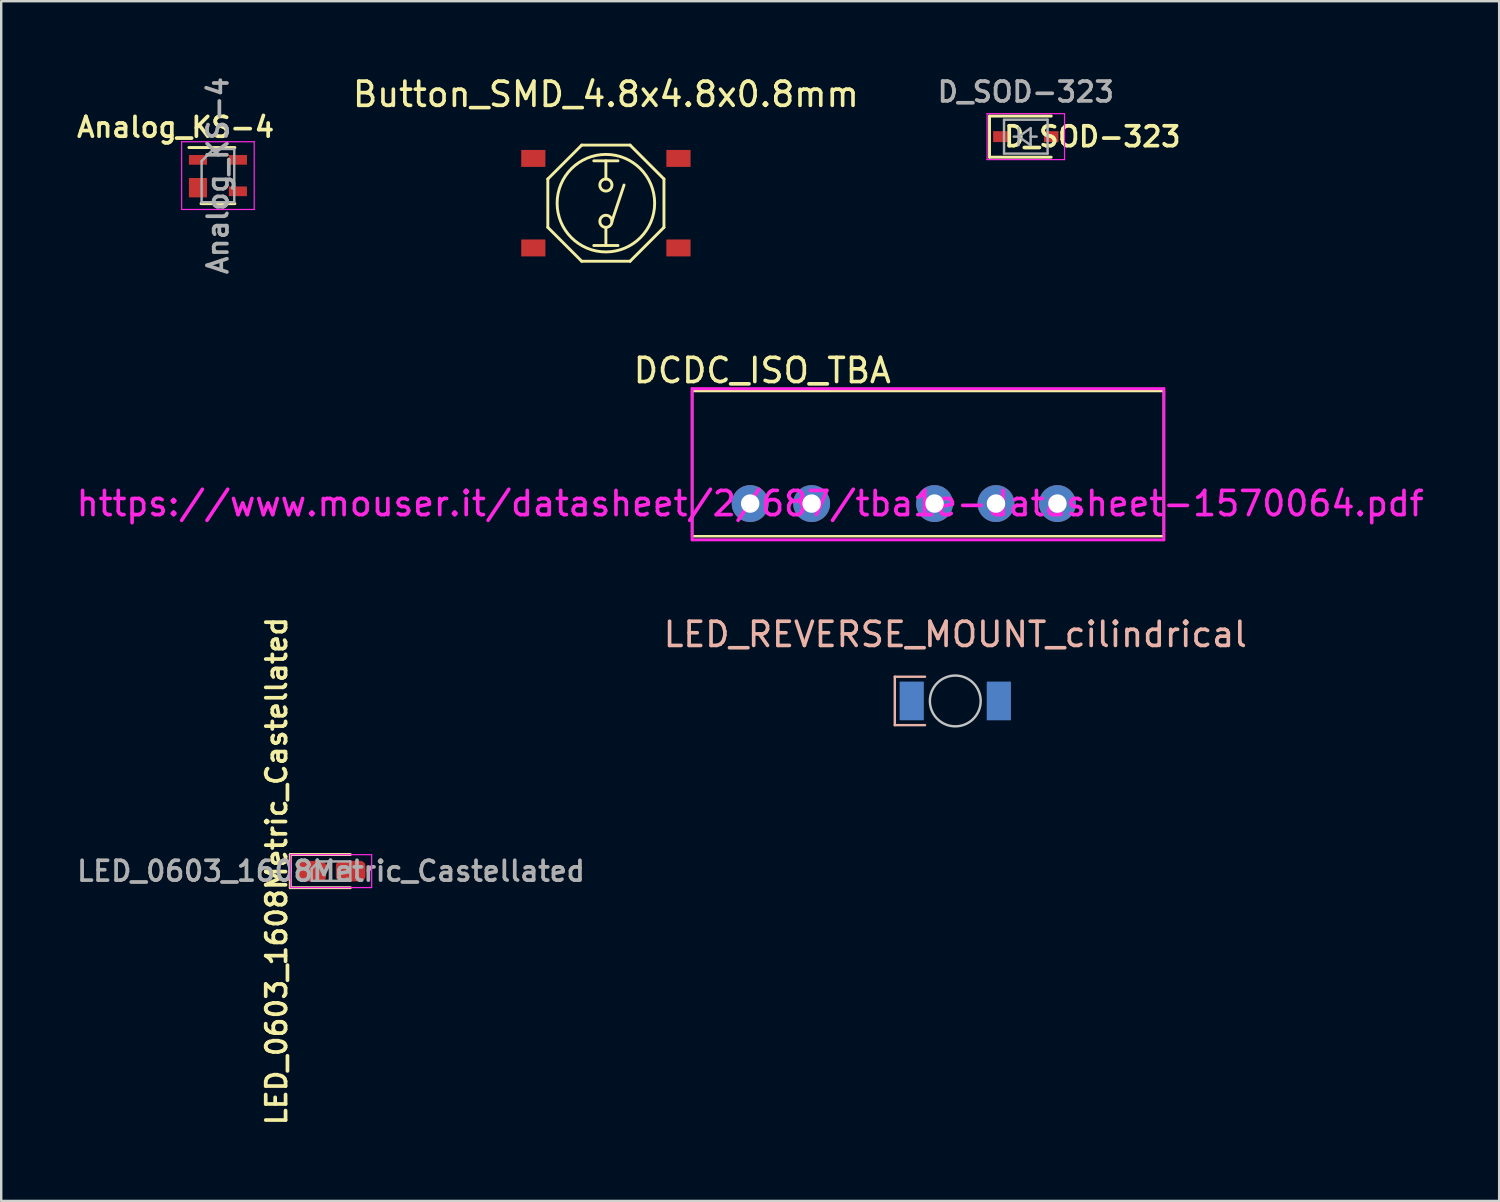
<source format=kicad_pcb>
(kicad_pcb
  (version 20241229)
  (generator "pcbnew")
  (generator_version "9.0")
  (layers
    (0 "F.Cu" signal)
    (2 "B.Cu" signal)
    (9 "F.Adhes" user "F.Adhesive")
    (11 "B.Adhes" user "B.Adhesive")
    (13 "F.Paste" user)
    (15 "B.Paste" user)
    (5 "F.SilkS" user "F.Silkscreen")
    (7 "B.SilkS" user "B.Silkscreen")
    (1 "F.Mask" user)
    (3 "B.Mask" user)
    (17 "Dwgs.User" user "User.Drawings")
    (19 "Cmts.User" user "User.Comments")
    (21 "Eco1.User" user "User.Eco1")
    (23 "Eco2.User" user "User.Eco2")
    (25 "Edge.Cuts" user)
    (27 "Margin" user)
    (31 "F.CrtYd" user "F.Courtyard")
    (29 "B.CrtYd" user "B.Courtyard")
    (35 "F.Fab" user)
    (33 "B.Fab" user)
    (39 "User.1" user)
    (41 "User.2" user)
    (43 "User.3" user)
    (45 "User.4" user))
  (footprint "LED_REVERSE_MOUNT_cilindrical"
    (layer "F.Cu")
    (at 36.436 25.923)
    (property "Reference" "LED_REVERSE_MOUNT_cilindrical" (at 0 -2.75 0) (layer "B.SilkS") (effects (font (size 1 1) (thickness 0.15))))
    (attr through_hole)
    (fp_line (start -2.5 -1) (end -2.5 1) (stroke (width 0.1) (type solid)) (layer "B.SilkS"))
    (fp_line (start -2.5 1) (end -1.25 1) (stroke (width 0.1) (type solid)) (layer "B.SilkS"))
    (fp_line (start -1.25 -1) (end -2.5 -1) (stroke (width 0.1) (type solid)) (layer "B.SilkS"))
    (fp_circle (center 0 0) (end 1.05 0) (stroke (width 0.1) (type solid)) (fill no) (layer "Dwgs.User"))
    (pad "1" smd rect (at -1.8 0) (size 1 1.6) (layers "B.Cu" "B.Mask" "B.Paste"))
    (pad "2" smd rect (at 1.8 0) (size 1 1.6) (layers "B.Cu" "B.Mask" "B.Paste")))
  (footprint "LED_0603_1608Metric_Castellated"
    (layer "F.Cu")
    (at 10.632 32.957)
    (property "Reference" "LED_0603_1608Metric_Castellated" (at -2.25 0 90) (layer "F.SilkS") (effects (font (size 0.82 0.82) (thickness 0.153))))
    (attr smd)
    (fp_line (start -1.685 -0.685) (end -1.685 0.685) (stroke (width 0.12) (type solid)) (layer "F.SilkS"))
    (fp_line (start -1.685 0.685) (end 0.8 0.685) (stroke (width 0.12) (type solid)) (layer "F.SilkS"))
    (fp_line (start 0.8 -0.685) (end -1.685 -0.685) (stroke (width 0.12) (type solid)) (layer "F.SilkS"))
    (fp_line (start -1.68 -0.68) (end 1.68 -0.68) (stroke (width 0.05) (type solid)) (layer "F.CrtYd"))
    (fp_line (start -1.68 0.68) (end -1.68 -0.68) (stroke (width 0.05) (type solid)) (layer "F.CrtYd"))
    (fp_line (start 1.68 -0.68) (end 1.68 0.68) (stroke (width 0.05) (type solid)) (layer "F.CrtYd"))
    (fp_line (start 1.68 0.68) (end -1.68 0.68) (stroke (width 0.05) (type solid)) (layer "F.CrtYd"))
    (fp_line (start -0.8 -0.1) (end -0.8 0.4) (stroke (width 0.1) (type solid)) (layer "F.Fab"))
    (fp_line (start -0.8 0.4) (end 0.8 0.4) (stroke (width 0.1) (type solid)) (layer "F.Fab"))
    (fp_line (start -0.5 -0.4) (end -0.8 -0.1) (stroke (width 0.1) (type solid)) (layer "F.Fab"))
    (fp_line (start 0.8 -0.4) (end -0.5 -0.4) (stroke (width 0.1) (type solid)) (layer "F.Fab"))
    (fp_line (start 0.8 0.4) (end 0.8 -0.4) (stroke (width 0.1) (type solid)) (layer "F.Fab"))
    (fp_text user "${REFERENCE}" (at 0 0 0) (layer "F.Fab") (effects (font (size 0.82 0.82) (thickness 0.153))))
    (pad "1" smd roundrect (at -0.812 0) (size 1.225 0.85) (layers "F.Cu" "F.Mask" "F.Paste") (roundrect_rratio 0.25))
    (pad "2" smd roundrect (at 0.812 0) (size 1.225 0.85) (layers "F.Cu" "F.Mask" "F.Paste") (roundrect_rratio 0.25)))
  (footprint "Analog_KS-4"
    (layer "F.Cu")
    (at 5.958 4.208)
    (property "Reference" "Analog_KS-4" (at -1.75 -2 180) (layer "F.SilkS") (effects (font (size 0.82 0.82) (thickness 0.153))))
    (attr smd)
    (fp_line (start -0.7 1.16) (end 0.7 1.16) (stroke (width 0.12) (type solid)) (layer "F.SilkS"))
    (fp_line (start 0.7 -1.16) (end -1.2 -1.16) (stroke (width 0.12) (type solid)) (layer "F.SilkS"))
    (fp_line (start -1.5 -1.4) (end -1.5 1.4) (stroke (width 0.05) (type solid)) (layer "F.CrtYd"))
    (fp_line (start -1.5 -1.4) (end 1.5 -1.4) (stroke (width 0.05) (type solid)) (layer "F.CrtYd"))
    (fp_line (start -1.5 1.4) (end 1.5 1.4) (stroke (width 0.05) (type solid)) (layer "F.CrtYd"))
    (fp_line (start 1.5 1.4) (end 1.5 -1.4) (stroke (width 0.05) (type solid)) (layer "F.CrtYd"))
    (fp_line (start -0.675 -0.6) (end -0.675 1.1) (stroke (width 0.1) (type solid)) (layer "F.Fab"))
    (fp_line (start -0.175 -1.1) (end -0.675 -0.6) (stroke (width 0.1) (type solid)) (layer "F.Fab"))
    (fp_line (start 0.675 -1.1) (end -0.175 -1.1) (stroke (width 0.1) (type solid)) (layer "F.Fab"))
    (fp_line (start 0.675 -1.1) (end 0.675 1.1) (stroke (width 0.1) (type solid)) (layer "F.Fab"))
    (fp_line (start 0.675 1.1) (end -0.675 1.1) (stroke (width 0.1) (type solid)) (layer "F.Fab"))
    (fp_text user "${REFERENCE}" (at 0 0 90) (layer "F.Fab") (effects (font (size 0.82 0.82) (thickness 0.153))))
    (pad "1" smd rect (at -0.825 -0.65) (size 0.75 0.4) (layers "F.Cu" "F.Mask" "F.Paste"))
    (pad "2" smd rect (at -0.825 0.5) (size 0.75 0.8) (layers "F.Cu" "F.Mask" "F.Paste"))
    (pad "3" smd rect (at 0.825 0.65) (size 0.75 0.4) (layers "F.Cu" "F.Mask" "F.Paste"))
    (pad "4" smd rect (at 0.825 -0.65) (size 0.75 0.4) (layers "F.Cu" "F.Mask" "F.Paste")))
  (footprint "DCDC_ISO_TBA"
    (layer "F.Cu")
    (at 27.958 17.765)
    (property "Reference" "DCDC_ISO_TBA" (at 0.5 -5.5 0) (layer "F.SilkS") (effects (font (size 1 1) (thickness 0.15))))
    (attr through_hole)
    (fp_line (start -2.4 1.35) (end -2.4 -4.65) (stroke (width 0.1) (type solid)) (layer "F.SilkS"))
    (fp_line (start 17.1 -4.65) (end -2.4 -4.65) (stroke (width 0.1) (type solid)) (layer "F.SilkS"))
    (fp_line (start 17.1 1.35) (end -2.4 1.35) (stroke (width 0.1) (type solid)) (layer "F.SilkS"))
    (fp_line (start 17.1 1.35) (end 17.1 -4.65) (stroke (width 0.1) (type solid)) (layer "F.SilkS"))
    (fp_line (start -2.4 -4.75) (end -2.4 1.5) (stroke (width 0.12) (type solid)) (layer "F.CrtYd"))
    (fp_line (start -2.4 1.5) (end 17.1 1.5) (stroke (width 0.12) (type solid)) (layer "F.CrtYd"))
    (fp_line (start 17.1 -4.75) (end -2.4 -4.75) (stroke (width 0.12) (type solid)) (layer "F.CrtYd"))
    (fp_line (start 17.1 1.5) (end 17.1 -4.75) (stroke (width 0.12) (type solid)) (layer "F.CrtYd"))
    (fp_text user "https://www.mouser.it/datasheet/2/687/tba1e-datasheet-1570064.pdf" (at 0 0 0) (layer "F.CrtYd") (effects (font (size 1 1) (thickness 0.15))))
    (pad "1" thru_hole circle (at 0 0) (size 1.524 1.524) (drill 0.762) (layers "*.Cu" "*.Mask"))
    (pad "2" thru_hole circle (at 2.54 0) (size 1.524 1.524) (drill 0.762) (layers "*.Cu" "*.Mask"))
    (pad "3" thru_hole circle (at 7.62 0) (size 1.524 1.524) (drill 0.762) (layers "*.Cu" "*.Mask"))
    (pad "4" thru_hole circle (at 10.16 0) (size 1.524 1.524) (drill 0.762) (layers "*.Cu" "*.Mask"))
    (pad "5" thru_hole circle (at 12.7 0) (size 1.524 1.524) (drill 0.762) (layers "*.Cu" "*.Mask")))
  (footprint "Button_SMD_4.8x4.8x0.8mm"
    (layer "F.Cu")
    (at 21.994 5.348)
    (property "Reference" "Button_SMD_4.8x4.8x0.8mm" (at 0 -4.5 0) (layer "F.SilkS") (effects (font (size 1 1) (thickness 0.15))))
    (attr through_hole)
    (fp_line (start -2.4 -1) (end -2.4 1) (stroke (width 0.12) (type solid)) (layer "F.SilkS"))
    (fp_line (start -2.4 -1) (end -1 -2.4) (stroke (width 0.12) (type solid)) (layer "F.SilkS"))
    (fp_line (start -2.4 1) (end -1 2.4) (stroke (width 0.12) (type solid)) (layer "F.SilkS"))
    (fp_line (start -1 2.4) (end 1 2.4) (stroke (width 0.12) (type solid)) (layer "F.SilkS"))
    (fp_line (start -0.5 -1.75) (end 0.5 -1.75) (stroke (width 0.12) (type solid)) (layer "F.SilkS"))
    (fp_line (start -0.5 1.75) (end 0.5 1.75) (stroke (width 0.12) (type solid)) (layer "F.SilkS"))
    (fp_line (start 0 -1.75) (end 0 -1) (stroke (width 0.12) (type solid)) (layer "F.SilkS"))
    (fp_line (start 0 1) (end 0 1.75) (stroke (width 0.12) (type solid)) (layer "F.SilkS"))
    (fp_line (start 0.25 0.75) (end 0.75 -0.75) (stroke (width 0.12) (type solid)) (layer "F.SilkS"))
    (fp_line (start 1 -2.4) (end -1 -2.4) (stroke (width 0.12) (type solid)) (layer "F.SilkS"))
    (fp_line (start 2.4 -1) (end 1 -2.4) (stroke (width 0.12) (type solid)) (layer "F.SilkS"))
    (fp_line (start 2.4 -1) (end 2.4 1) (stroke (width 0.12) (type solid)) (layer "F.SilkS"))
    (fp_line (start 2.4 1) (end 1 2.4) (stroke (width 0.12) (type solid)) (layer "F.SilkS"))
    (fp_circle (center 0 -0.75) (end 0.25 -0.75) (stroke (width 0.12) (type solid)) (fill no) (layer "F.SilkS"))
    (fp_circle (center 0 0) (end 1 1.75) (stroke (width 0.12) (type solid)) (fill no) (layer "F.SilkS"))
    (fp_circle (center 0 0.75) (end 0.25 0.75) (stroke (width 0.12) (type solid)) (fill no) (layer "F.SilkS"))
    (pad "1" smd rect (at -3 -1.85) (size 1 0.7) (layers "F.Cu" "F.Mask" "F.Paste"))
    (pad "2" smd rect (at 3 -1.85) (size 1 0.7) (layers "F.Cu" "F.Mask" "F.Paste"))
    (pad "3" smd rect (at -3 1.85) (size 1 0.7) (layers "F.Cu" "F.Mask" "F.Paste"))
    (pad "4" smd rect (at 3 1.85) (size 1 0.7) (layers "F.Cu" "F.Mask" "F.Paste")))
  (footprint "D_SOD-323"
    (layer "F.Cu")
    (at 39.351 2.598)
    (property "Reference" "D_SOD-323" (at 2.75 0 180) (layer "F.SilkS") (effects (font (size 0.82 0.82) (thickness 0.153))))
    (attr smd)
    (fp_line (start -1.5 -0.85) (end -1.5 0.85) (stroke (width 0.12) (type solid)) (layer "F.SilkS"))
    (fp_line (start -1.5 -0.85) (end 1.05 -0.85) (stroke (width 0.12) (type solid)) (layer "F.SilkS"))
    (fp_line (start -1.5 0.85) (end 1.05 0.85) (stroke (width 0.12) (type solid)) (layer "F.SilkS"))
    (fp_line (start -1.6 -0.95) (end -1.6 0.95) (stroke (width 0.05) (type solid)) (layer "F.CrtYd"))
    (fp_line (start -1.6 -0.95) (end 1.6 -0.95) (stroke (width 0.05) (type solid)) (layer "F.CrtYd"))
    (fp_line (start -1.6 0.95) (end 1.6 0.95) (stroke (width 0.05) (type solid)) (layer "F.CrtYd"))
    (fp_line (start 1.6 -0.95) (end 1.6 0.95) (stroke (width 0.05) (type solid)) (layer "F.CrtYd"))
    (fp_line (start -0.9 -0.7) (end 0.9 -0.7) (stroke (width 0.1) (type solid)) (layer "F.Fab"))
    (fp_line (start -0.9 0.7) (end -0.9 -0.7) (stroke (width 0.1) (type solid)) (layer "F.Fab"))
    (fp_line (start -0.3 -0.35) (end -0.3 0.35) (stroke (width 0.1) (type solid)) (layer "F.Fab"))
    (fp_line (start -0.3 0) (end -0.5 0) (stroke (width 0.1) (type solid)) (layer "F.Fab"))
    (fp_line (start -0.3 0) (end 0.2 -0.35) (stroke (width 0.1) (type solid)) (layer "F.Fab"))
    (fp_line (start 0.2 -0.35) (end 0.2 0.35) (stroke (width 0.1) (type solid)) (layer "F.Fab"))
    (fp_line (start 0.2 0) (end 0.45 0) (stroke (width 0.1) (type solid)) (layer "F.Fab"))
    (fp_line (start 0.2 0.35) (end -0.3 0) (stroke (width 0.1) (type solid)) (layer "F.Fab"))
    (fp_line (start 0.9 -0.7) (end 0.9 0.7) (stroke (width 0.1) (type solid)) (layer "F.Fab"))
    (fp_line (start 0.9 0.7) (end -0.9 0.7) (stroke (width 0.1) (type solid)) (layer "F.Fab"))
    (fp_text user "${REFERENCE}" (at 0 -1.85 180) (layer "F.Fab") (effects (font (size 0.82 0.82) (thickness 0.153))))
    (pad "1" smd rect (at -1.05 0) (size 0.6 0.45) (layers "F.Cu" "F.Mask" "F.Paste"))
    (pad "2" smd rect (at 1.05 0) (size 0.6 0.45) (layers "F.Cu" "F.Mask" "F.Paste")))
  (gr_rect
    (start -3 -3)
    (end 58.917 46.589)
    (stroke (width 0.1) (type default))
    (fill no)
    (layer "Edge.Cuts")))
</source>
